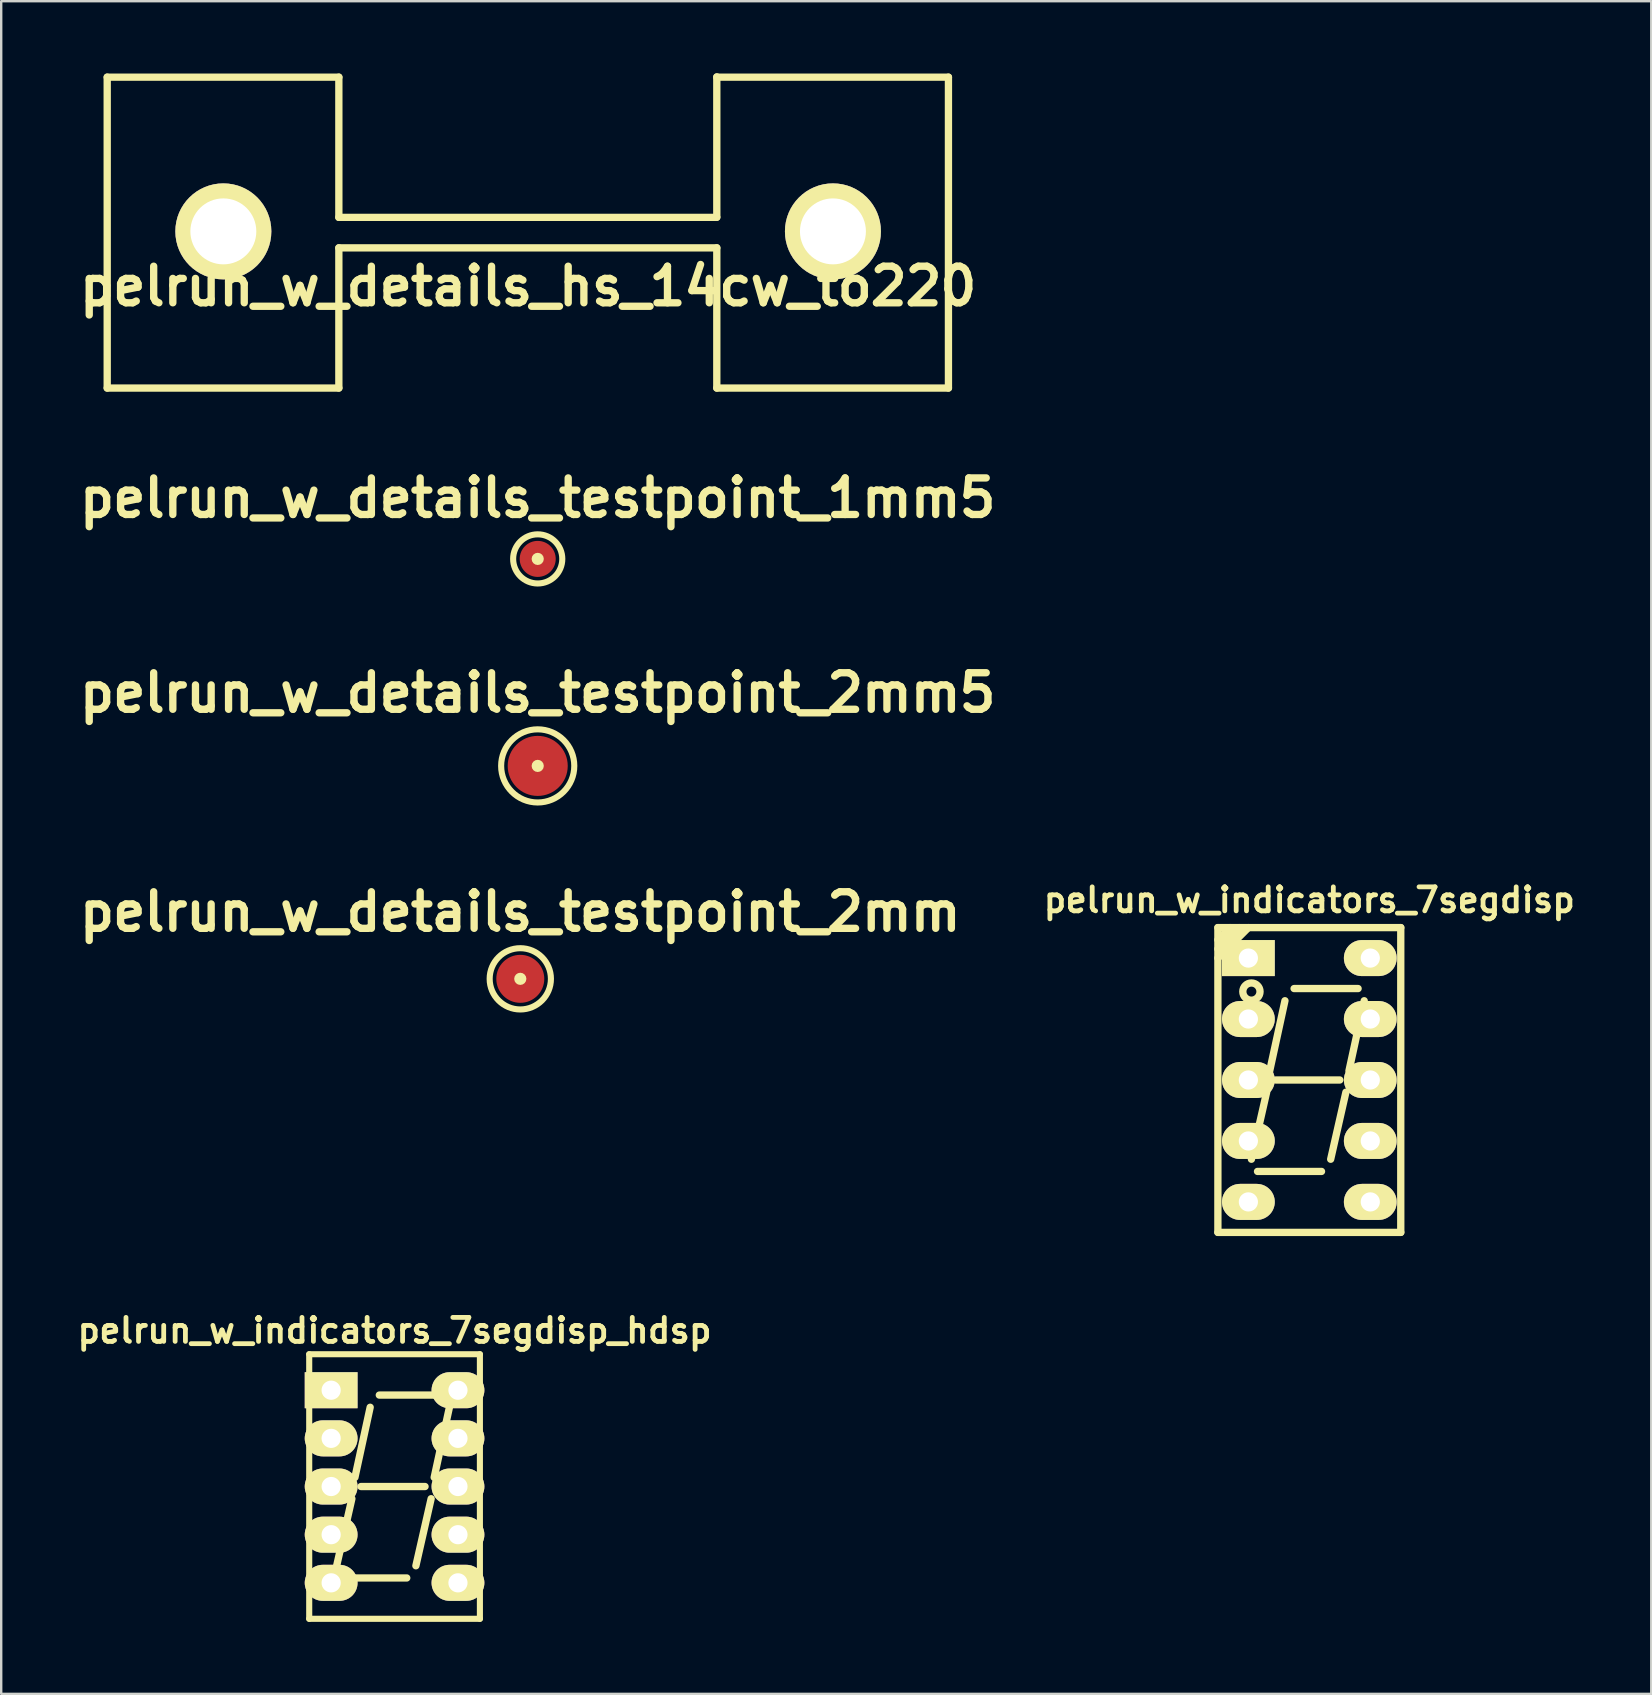
<source format=kicad_pcb>
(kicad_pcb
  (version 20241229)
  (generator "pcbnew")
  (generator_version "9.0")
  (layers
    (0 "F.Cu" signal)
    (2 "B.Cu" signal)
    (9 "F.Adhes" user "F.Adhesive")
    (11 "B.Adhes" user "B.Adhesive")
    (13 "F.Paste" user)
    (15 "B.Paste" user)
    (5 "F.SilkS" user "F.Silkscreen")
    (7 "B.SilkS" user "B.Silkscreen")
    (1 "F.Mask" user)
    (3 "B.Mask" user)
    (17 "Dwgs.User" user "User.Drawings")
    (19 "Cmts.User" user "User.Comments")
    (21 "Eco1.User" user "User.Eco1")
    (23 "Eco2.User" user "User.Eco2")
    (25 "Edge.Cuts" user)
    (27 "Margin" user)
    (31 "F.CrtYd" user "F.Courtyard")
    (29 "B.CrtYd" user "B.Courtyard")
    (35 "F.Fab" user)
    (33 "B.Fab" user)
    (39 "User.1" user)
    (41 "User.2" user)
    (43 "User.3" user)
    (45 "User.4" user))
  (footprint "pelrun_w_indicators_7segdisp"
    (layer "F.Cu")
    (at 51.506 41.95)
    (property "Reference" "pelrun_w_indicators_7segdisp" (at 0 -7.5 0) (layer "F.SilkS") (effects (font (size 1 1) (thickness 0.2))))
    (attr through_hole)
    (fp_line (start -3.81 -6.35) (end -3.81 6.35) (stroke (width 0.305) (type solid)) (layer "F.SilkS"))
    (fp_line (start -3.81 -5.842) (end -3.302 -6.35) (stroke (width 0.305) (type solid)) (layer "F.SilkS"))
    (fp_line (start -3.81 -5.461) (end -2.921 -6.35) (stroke (width 0.305) (type solid)) (layer "F.SilkS"))
    (fp_line (start -3.81 -5.08) (end -2.54 -6.35) (stroke (width 0.305) (type solid)) (layer "F.SilkS"))
    (fp_line (start -3.81 6.35) (end 3.81 6.35) (stroke (width 0.305) (type solid)) (layer "F.SilkS"))
    (fp_line (start -2.413 3.302) (end -1.778 0.508) (stroke (width 0.305) (type solid)) (layer "F.SilkS"))
    (fp_line (start -2.159 3.81) (end 0.508 3.81) (stroke (width 0.305) (type solid)) (layer "F.SilkS"))
    (fp_line (start -1.651 -0.381) (end -1.016 -3.302) (stroke (width 0.305) (type solid)) (layer "F.SilkS"))
    (fp_line (start -1.397 0) (end 1.27 0) (stroke (width 0.305) (type solid)) (layer "F.SilkS"))
    (fp_line (start -0.635 -3.81) (end 2.032 -3.81) (stroke (width 0.305) (type solid)) (layer "F.SilkS"))
    (fp_line (start 0.889 3.302) (end 1.524 0.508) (stroke (width 0.305) (type solid)) (layer "F.SilkS"))
    (fp_line (start 1.651 -0.381) (end 2.286 -3.302) (stroke (width 0.305) (type solid)) (layer "F.SilkS"))
    (fp_line (start 3.81 -6.35) (end -3.81 -6.35) (stroke (width 0.305) (type solid)) (layer "F.SilkS"))
    (fp_line (start 3.81 6.35) (end 3.81 -6.35) (stroke (width 0.305) (type solid)) (layer "F.SilkS"))
    (fp_circle (center -2.413 -3.683) (end -2.159 -3.429) (stroke (width 0.305) (type solid)) (fill no) (layer "F.SilkS"))
    (pad "1" thru_hole rect (at -2.54 -5.08) (size 2.2 1.501) (drill 0.8) (layers "*.Cu" "*.Mask" "F.SilkS"))
    (pad "2" thru_hole oval (at -2.54 -2.54) (size 2.2 1.501) (drill 0.8) (layers "*.Cu" "*.Mask" "F.SilkS"))
    (pad "3" thru_hole oval (at -2.54 0) (size 2.2 1.501) (drill 0.8) (layers "*.Cu" "*.Mask" "F.SilkS"))
    (pad "4" thru_hole oval (at -2.54 2.54) (size 2.2 1.501) (drill 0.8) (layers "*.Cu" "*.Mask" "F.SilkS"))
    (pad "5" thru_hole oval (at -2.54 5.08) (size 2.2 1.501) (drill 0.8) (layers "*.Cu" "*.Mask" "F.SilkS"))
    (pad "6" thru_hole oval (at 2.54 5.08) (size 2.2 1.501) (drill 0.8) (layers "*.Cu" "*.Mask" "F.SilkS"))
    (pad "7" thru_hole oval (at 2.54 2.54) (size 2.2 1.501) (drill 0.8) (layers "*.Cu" "*.Mask" "F.SilkS"))
    (pad "8" thru_hole oval (at 2.54 0) (size 2.2 1.501) (drill 0.8) (layers "*.Cu" "*.Mask" "F.SilkS"))
    (pad "9" thru_hole oval (at 2.54 -2.54) (size 2.2 1.501) (drill 0.8) (layers "*.Cu" "*.Mask" "F.SilkS"))
    (pad "10" thru_hole oval (at 2.54 -5.08) (size 2.2 1.501) (drill 0.8) (layers "*.Cu" "*.Mask" "F.SilkS")))
  (footprint "pelrun_w_details_hs_14cw_to220"
    (layer "F.Cu")
    (at 18.956 6.591)
    (property "Reference" "pelrun_w_details_hs_14cw_to220" (at 0 2.286 0) (layer "F.SilkS") (effects (font (size 1.524 1.524) (thickness 0.305))))
    (attr through_hole)
    (fp_line (start -17.539 -6.426) (end -17.539 6.528) (stroke (width 0.305) (type solid)) (layer "F.SilkS"))
    (fp_line (start -17.539 6.528) (end -7.887 6.528) (stroke (width 0.305) (type solid)) (layer "F.SilkS"))
    (fp_line (start -7.887 -6.426) (end -17.539 -6.426) (stroke (width 0.305) (type solid)) (layer "F.SilkS"))
    (fp_line (start -7.887 -6.426) (end -7.887 -0.584) (stroke (width 0.305) (type solid)) (layer "F.SilkS"))
    (fp_line (start -7.887 0.686) (end -7.887 6.528) (stroke (width 0.305) (type solid)) (layer "F.SilkS"))
    (fp_line (start -7.887 0.686) (end 7.861 0.686) (stroke (width 0.305) (type solid)) (layer "F.SilkS"))
    (fp_line (start 7.861 -6.439) (end 7.861 -0.597) (stroke (width 0.305) (type solid)) (layer "F.SilkS"))
    (fp_line (start 7.861 -0.584) (end -7.887 -0.584) (stroke (width 0.305) (type solid)) (layer "F.SilkS"))
    (fp_line (start 7.861 6.528) (end 7.861 0.686) (stroke (width 0.305) (type solid)) (layer "F.SilkS"))
    (fp_line (start 7.861 6.528) (end 17.513 6.528) (stroke (width 0.305) (type solid)) (layer "F.SilkS"))
    (fp_line (start 17.513 -6.426) (end 7.861 -6.426) (stroke (width 0.305) (type solid)) (layer "F.SilkS"))
    (fp_line (start 17.513 -6.426) (end 17.513 6.528) (stroke (width 0.305) (type solid)) (layer "F.SilkS"))
    (pad "" thru_hole circle (at -12.7 0) (size 4 4) (drill 2.748) (layers "*.Cu" "*.Mask" "F.SilkS"))
    (pad "" thru_hole circle (at 12.7 0) (size 4 4) (drill 2.748) (layers "*.Cu" "*.Mask" "F.SilkS")))
  (footprint "pelrun_w_details_testpoint_2mm5"
    (layer "F.Cu")
    (at 19.355 28.863)
    (property "Reference" "pelrun_w_details_testpoint_2mm5" (at 0 -3.048 0) (layer "F.SilkS") (effects (font (size 1.524 1.524) (thickness 0.305))))
    (attr through_hole)
    (fp_circle (center 0 0) (end 0.127 0) (stroke (width 0.254) (type solid)) (fill no) (layer "F.SilkS"))
    (fp_circle (center 0 0) (end 1.524 0) (stroke (width 0.254) (type solid)) (fill no) (layer "F.SilkS"))
    (pad "1" smd circle (at 0 0) (size 2.502 2.502) (layers "F.Cu" "F.Mask" "F.Paste")))
  (footprint "pelrun_w_details_testpoint_2mm"
    (layer "F.Cu")
    (at 18.629 37.735)
    (property "Reference" "pelrun_w_details_testpoint_2mm" (at 0 -2.794 0) (layer "F.SilkS") (effects (font (size 1.524 1.524) (thickness 0.305))))
    (attr through_hole)
    (fp_circle (center 0 0) (end 0.127 0) (stroke (width 0.254) (type solid)) (fill no) (layer "F.SilkS"))
    (fp_circle (center 0 0) (end 1.27 0.127) (stroke (width 0.254) (type solid)) (fill no) (layer "F.SilkS"))
    (pad "1" smd circle (at 0 0) (size 1.999 1.999) (layers "F.Cu" "F.Mask" "F.Paste")))
  (footprint "pelrun_w_details_testpoint_1mm5"
    (layer "F.Cu")
    (at 19.355 20.238)
    (property "Reference" "pelrun_w_details_testpoint_1mm5" (at 0 -2.54 0) (layer "F.SilkS") (effects (font (size 1.524 1.524) (thickness 0.305))))
    (attr through_hole)
    (fp_circle (center 0 0) (end 0.127 0) (stroke (width 0.254) (type solid)) (fill no) (layer "F.SilkS"))
    (fp_circle (center 0 0) (end 0.889 0.508) (stroke (width 0.254) (type solid)) (fill no) (layer "F.SilkS"))
    (pad "1" smd circle (at 0 0) (size 1.501 1.501) (layers "F.Cu" "F.Mask" "F.Paste")))
  (footprint "pelrun_w_indicators_7segdisp_hdsp"
    (layer "F.Cu")
    (at 13.39 58.889)
    (property "Reference" "pelrun_w_indicators_7segdisp_hdsp" (at 0 -6.5 0) (layer "F.SilkS") (effects (font (size 1 1) (thickness 0.2))))
    (attr through_hole)
    (fp_line (start -3.556 -5.512) (end 3.556 -5.512) (stroke (width 0.254) (type solid)) (layer "F.SilkS"))
    (fp_line (start -3.556 5.512) (end -3.556 -5.512) (stroke (width 0.254) (type solid)) (layer "F.SilkS"))
    (fp_line (start -2.413 3.302) (end -1.778 0.508) (stroke (width 0.305) (type solid)) (layer "F.SilkS"))
    (fp_line (start -2.159 3.81) (end 0.508 3.81) (stroke (width 0.305) (type solid)) (layer "F.SilkS"))
    (fp_line (start -1.651 -0.381) (end -1.016 -3.302) (stroke (width 0.305) (type solid)) (layer "F.SilkS"))
    (fp_line (start -1.397 0) (end 1.27 0) (stroke (width 0.305) (type solid)) (layer "F.SilkS"))
    (fp_line (start -0.635 -3.81) (end 2.032 -3.81) (stroke (width 0.305) (type solid)) (layer "F.SilkS"))
    (fp_line (start 0.889 3.302) (end 1.524 0.508) (stroke (width 0.305) (type solid)) (layer "F.SilkS"))
    (fp_line (start 1.651 -0.381) (end 2.286 -3.302) (stroke (width 0.305) (type solid)) (layer "F.SilkS"))
    (fp_line (start 3.556 -5.512) (end 3.556 5.512) (stroke (width 0.254) (type solid)) (layer "F.SilkS"))
    (fp_line (start 3.556 5.512) (end -3.556 5.512) (stroke (width 0.254) (type solid)) (layer "F.SilkS"))
    (fp_circle (center 2.667 3.937) (end 2.921 4.191) (stroke (width 0.305) (type solid)) (fill no) (layer "F.SilkS"))
    (pad "1" thru_hole rect (at -2.642 -4.013) (size 2.2 1.501) (drill 0.8) (layers "*.Cu" "*.Mask" "F.SilkS"))
    (pad "2" thru_hole oval (at -2.642 -2.007) (size 2.2 1.501) (drill 0.8) (layers "*.Cu" "*.Mask" "F.SilkS"))
    (pad "3" thru_hole oval (at -2.642 0) (size 2.2 1.501) (drill 0.8) (layers "*.Cu" "*.Mask" "F.SilkS"))
    (pad "4" thru_hole oval (at -2.642 2.007) (size 2.2 1.501) (drill 0.8) (layers "*.Cu" "*.Mask" "F.SilkS"))
    (pad "5" thru_hole oval (at -2.642 4.013) (size 2.2 1.501) (drill 0.8) (layers "*.Cu" "*.Mask" "F.SilkS"))
    (pad "6" thru_hole oval (at 2.642 4.013) (size 2.2 1.501) (drill 0.8) (layers "*.Cu" "*.Mask" "F.SilkS"))
    (pad "7" thru_hole oval (at 2.642 2.007) (size 2.2 1.501) (drill 0.8) (layers "*.Cu" "*.Mask" "F.SilkS"))
    (pad "8" thru_hole oval (at 2.642 0) (size 2.2 1.501) (drill 0.8) (layers "*.Cu" "*.Mask" "F.SilkS"))
    (pad "9" thru_hole oval (at 2.642 -2.007) (size 2.2 1.501) (drill 0.8) (layers "*.Cu" "*.Mask" "F.SilkS"))
    (pad "10" thru_hole oval (at 2.642 -4.013) (size 2.2 1.501) (drill 0.8) (layers "*.Cu" "*.Mask" "F.SilkS")))
  (gr_rect
    (start -3 -3)
    (end 65.753 67.528)
    (stroke (width 0.1) (type default))
    (fill no)
    (layer "Edge.Cuts")))
</source>
